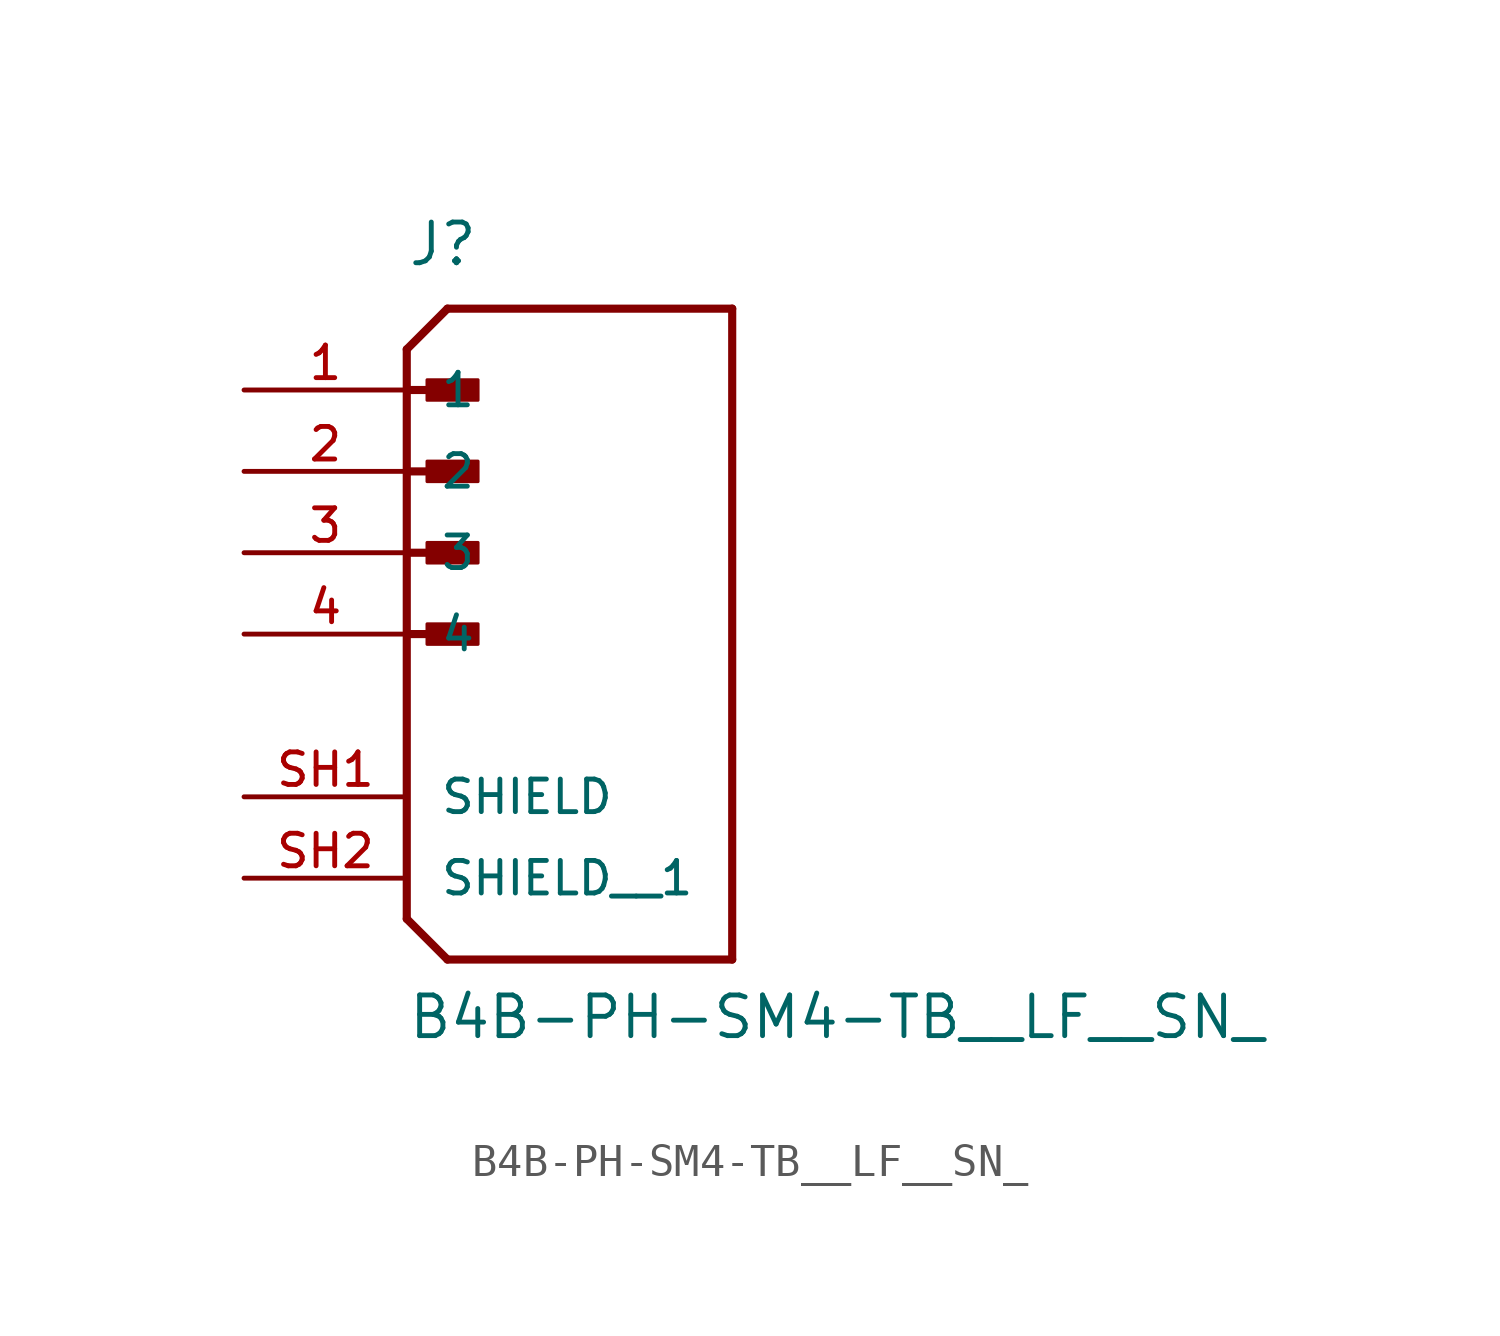
<source format=kicad_sym>
(kicad_symbol_lib
  (version 20211014)
  (generator kicad_symbol_editor)
  (symbol "B4B-PH-SM4-TB__LF__SN_"
    (pin_names
      (offset 1.016))
    (property "Reference" "J"
      (at 0.0 8.89 0)
      (effects (font (size 1.27 1.27)) (justify bottom left)))
    (property "Value" "B4B-PH-SM4-TB__LF__SN_"
      (at 0.0 -15.24 0)
      (effects (font (size 1.27 1.27)) (justify bottom left)))
    (symbol "B4B-PH-SM4-TB__LF__SN__0_0"
      (polyline (pts (xy 0.0 6.35) (xy 1.27 7.62)) (stroke (width 0.254)))
      (polyline (pts (xy 0.0 6.35) (xy 0.0 -11.43)) (stroke (width 0.254)))
      (polyline (pts (xy 0.0 -11.43) (xy 1.27 -12.7)) (stroke (width 0.254)))
      (polyline (pts (xy 1.27 -12.7) (xy 10.16 -12.7)) (stroke (width 0.254)))
      (polyline (pts (xy 10.16 -12.7) (xy 10.16 7.62)) (stroke (width 0.254)))
      (polyline (pts (xy 10.16 7.62) (xy 1.27 7.62)) (stroke (width 0.254)))
      (rectangle (start 0.635 4.763) (end 2.223 5.397) (stroke (width 0.1)) (fill (type outline)))
      (polyline (pts (xy 0.0 2.54) (xy 1.905 2.54)) (stroke (width 0.254)))
      (rectangle (start 0.635 2.223) (end 2.223 2.857) (stroke (width 0.1)) (fill (type outline)))
      (polyline (pts (xy 0.0 0.0) (xy 1.905 0.0)) (stroke (width 0.254)))
      (rectangle (start 0.635 -0.318) (end 2.223 0.318) (stroke (width 0.1)) (fill (type outline)))
      (polyline (pts (xy 0.0 -2.54) (xy 1.905 -2.54)) (stroke (width 0.254)))
      (rectangle (start 0.635 -2.857) (end 2.223 -2.223) (stroke (width 0.1)) (fill (type outline)))
      (polyline (pts (xy 0.0 5.08) (xy 1.905 5.08)) (stroke (width 0.254)))
      (pin passive line (at -5.08 5.08 0) (length 5.08) (name "1" (effects (font (size 1.016 1.016)))) (number "1" (effects (font (size 1.016 1.016)))))
      (pin passive line (at -5.08 2.54 0) (length 5.08) (name "2" (effects (font (size 1.016 1.016)))) (number "2" (effects (font (size 1.016 1.016)))))
      (pin passive line (at -5.08 0.0 0) (length 5.08) (name "3" (effects (font (size 1.016 1.016)))) (number "3" (effects (font (size 1.016 1.016)))))
      (pin passive line (at -5.08 -2.54 0) (length 5.08) (name "4" (effects (font (size 1.016 1.016)))) (number "4" (effects (font (size 1.016 1.016)))))
      (pin passive line (at -5.08 -7.62 0) (length 5.08) (name "SHIELD" (effects (font (size 1.016 1.016)))) (number "SH1" (effects (font (size 1.016 1.016)))))
      (pin passive line (at -5.08 -10.16 0) (length 5.08) (name "SHIELD__1" (effects (font (size 1.016 1.016)))) (number "SH2" (effects (font (size 1.016 1.016))))))))
</source>
